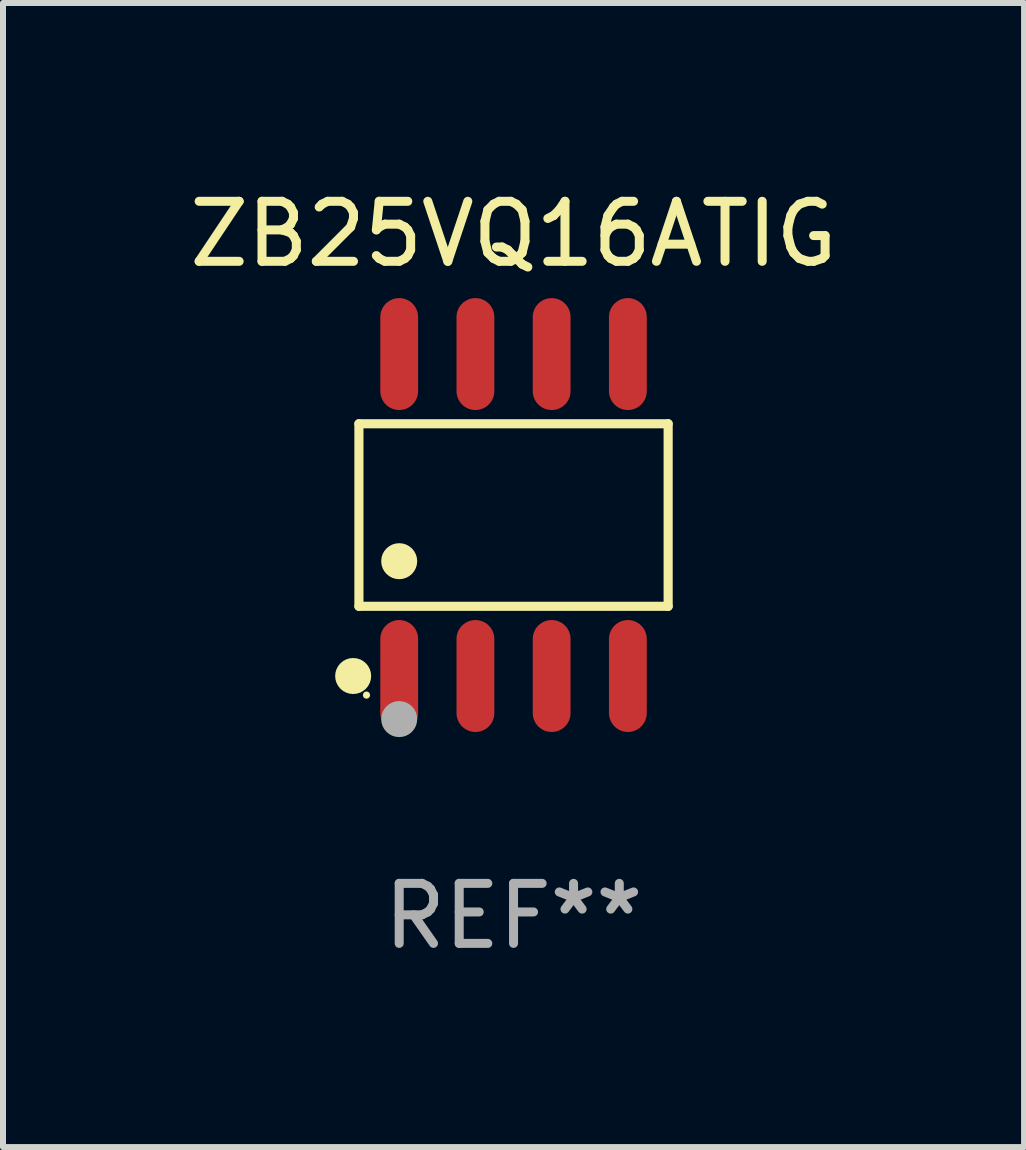
<source format=kicad_pcb>
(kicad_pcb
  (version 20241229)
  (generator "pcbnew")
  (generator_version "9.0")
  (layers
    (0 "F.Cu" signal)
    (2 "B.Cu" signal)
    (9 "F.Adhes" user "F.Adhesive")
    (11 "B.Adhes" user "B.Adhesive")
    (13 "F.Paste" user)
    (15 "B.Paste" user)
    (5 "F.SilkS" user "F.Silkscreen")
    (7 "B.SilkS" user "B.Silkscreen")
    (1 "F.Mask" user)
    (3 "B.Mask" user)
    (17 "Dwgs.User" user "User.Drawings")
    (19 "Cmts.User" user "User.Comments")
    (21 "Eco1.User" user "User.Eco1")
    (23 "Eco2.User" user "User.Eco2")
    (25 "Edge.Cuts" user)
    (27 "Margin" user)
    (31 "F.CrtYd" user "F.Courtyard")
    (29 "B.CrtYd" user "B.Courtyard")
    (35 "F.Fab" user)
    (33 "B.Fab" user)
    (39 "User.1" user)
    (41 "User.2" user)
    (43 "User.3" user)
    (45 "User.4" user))
  (footprint "ZB25VQ16ATIG"
    (layer "F.Cu")
    (at 5.506 5.531)
    (property "Reference" "ZB25VQ16ATIG" (at 0 -4.682 0) (layer "F.SilkS") (effects (font (size 1 1) (thickness 0.15))))
    (attr through_hole)
    (fp_line (start -2.576 -1.521) (end 2.576 -1.521) (stroke (width 0.152) (type solid)) (layer "F.SilkS"))
    (fp_line (start -2.576 1.521) (end -2.576 -1.521) (stroke (width 0.152) (type solid)) (layer "F.SilkS"))
    (fp_line (start 2.576 -1.521) (end 2.576 1.521) (stroke (width 0.152) (type solid)) (layer "F.SilkS"))
    (fp_line (start 2.576 1.521) (end -2.576 1.521) (stroke (width 0.152) (type solid)) (layer "F.SilkS"))
    (fp_circle (center -2.672 2.682) (end -2.522 2.682) (stroke (width 0.3) (type solid)) (fill no) (layer "F.SilkS"))
    (fp_circle (center -2.45 3) (end -2.42 3) (stroke (width 0.06) (type solid)) (fill no) (layer "F.SilkS"))
    (fp_circle (center -1.905 0.769) (end -1.755 0.769) (stroke (width 0.3) (type solid)) (fill no) (layer "F.SilkS"))
    (fp_circle (center -1.905 3.4) (end -1.755 3.4) (stroke (width 0.3) (type solid)) (fill no) (layer "F.Fab"))
    (fp_text user "REF**" (at 0 6.682 0) (layer "F.Fab") (effects (font (size 1 1) (thickness 0.15))))
    (pad "1" smd oval (at -1.905 2.682) (size 0.63 1.865) (layers "F.Cu" "F.Mask" "F.Paste"))
    (pad "2" smd oval (at -0.635 2.682) (size 0.63 1.865) (layers "F.Cu" "F.Mask" "F.Paste"))
    (pad "3" smd oval (at 0.635 2.682) (size 0.63 1.865) (layers "F.Cu" "F.Mask" "F.Paste"))
    (pad "4" smd oval (at 1.905 2.682) (size 0.63 1.865) (layers "F.Cu" "F.Mask" "F.Paste"))
    (pad "5" smd oval (at 1.905 -2.682) (size 0.63 1.865) (layers "F.Cu" "F.Mask" "F.Paste"))
    (pad "6" smd oval (at 0.635 -2.682) (size 0.63 1.865) (layers "F.Cu" "F.Mask" "F.Paste"))
    (pad "7" smd oval (at -0.635 -2.682) (size 0.63 1.865) (layers "F.Cu" "F.Mask" "F.Paste"))
    (pad "8" smd oval (at -1.905 -2.682) (size 0.63 1.865) (layers "F.Cu" "F.Mask" "F.Paste")))
  (gr_rect
    (start -3 -3)
    (end 14.012 16.061)
    (stroke (width 0.1) (type default))
    (fill no)
    (layer "Edge.Cuts")))
</source>
